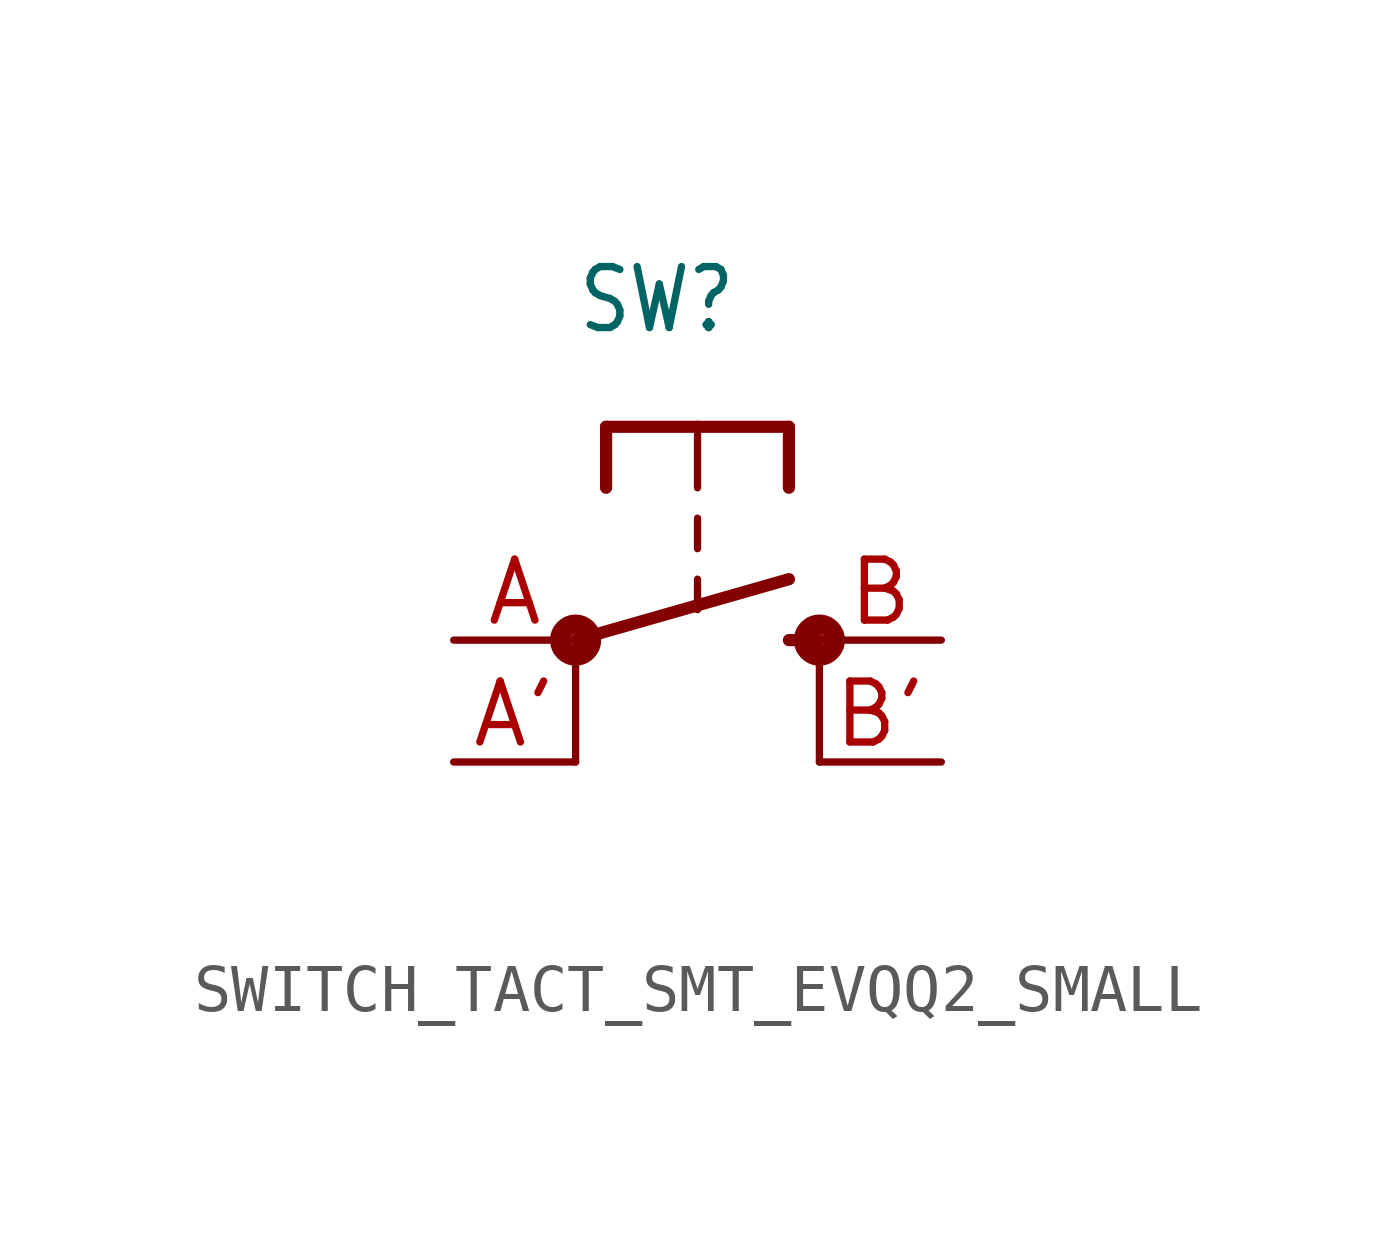
<source format=kicad_sym>
(kicad_symbol_lib
  (version 20231120)
  (generator "kicad_symbol_editor")
  (generator_version "8.0")
  (symbol "SWITCH_TACT_SMT_EVQQ2_SMALL"
    (property "Reference" "SW"
      (at -2.54 6.35 0)
      (effects (font (size 1.27 1.079)) (justify left bottom)))
    (property "Value" ""
      (at -2.54 -5.08 0)
      (effects (font (size 1.27 1.079)) (justify left bottom)))
    (property "ki_locked" ""
      (at 0 0 0)
      (effects (font (size 1.27 1.27))))
    (symbol "SWITCH_TACT_SMT_EVQQ2_SMALL_1_0"
      (circle (center -2.54 0) (radius 0.127) (stroke (width 0.406) (type solid)) (fill (type none)))
      (polyline (pts (xy -2.54 -2.54) (xy -2.54 0)) (stroke (width 0.152) (type solid)) (fill (type none)))
      (polyline (pts (xy -2.54 0) (xy 1.905 1.27)) (stroke (width 0.254) (type solid)) (fill (type none)))
      (polyline (pts (xy -1.905 4.445) (xy -1.905 3.175)) (stroke (width 0.254) (type solid)) (fill (type none)))
      (polyline (pts (xy 0 1.27) (xy 0 0.635)) (stroke (width 0.152) (type solid)) (fill (type none)))
      (polyline (pts (xy 0 2.54) (xy 0 1.905)) (stroke (width 0.152) (type solid)) (fill (type none)))
      (polyline (pts (xy 0 4.445) (xy -1.905 4.445)) (stroke (width 0.254) (type solid)) (fill (type none)))
      (polyline (pts (xy 0 4.445) (xy 0 3.175)) (stroke (width 0.152) (type solid)) (fill (type none)))
      (polyline (pts (xy 1.905 0) (xy 2.54 0)) (stroke (width 0.254) (type solid)) (fill (type none)))
      (polyline (pts (xy 1.905 4.445) (xy 0 4.445)) (stroke (width 0.254) (type solid)) (fill (type none)))
      (polyline (pts (xy 1.905 4.445) (xy 1.905 3.175)) (stroke (width 0.254) (type solid)) (fill (type none)))
      (polyline (pts (xy 2.54 -2.54) (xy 2.54 0)) (stroke (width 0.152) (type solid)) (fill (type none)))
      (circle (center 2.54 0) (radius 0.127) (stroke (width 0.406) (type solid)) (fill (type none)))
      (pin passive line (at -5.08 0 0) (length 2.54) (name "P" (effects (font (size 0 0)))) (number "A" (effects (font (size 1.27 1.27)))))
      (pin passive line (at -5.08 -2.54 0) (length 2.54) (name "P1" (effects (font (size 0 0)))) (number "A'" (effects (font (size 1.27 1.27)))))
      (pin passive line (at 5.08 0 180) (length 2.54) (name "S" (effects (font (size 0 0)))) (number "B" (effects (font (size 1.27 1.27)))))
      (pin passive line (at 5.08 -2.54 180) (length 2.54) (name "S1" (effects (font (size 0 0)))) (number "B'" (effects (font (size 1.27 1.27))))))))
</source>
